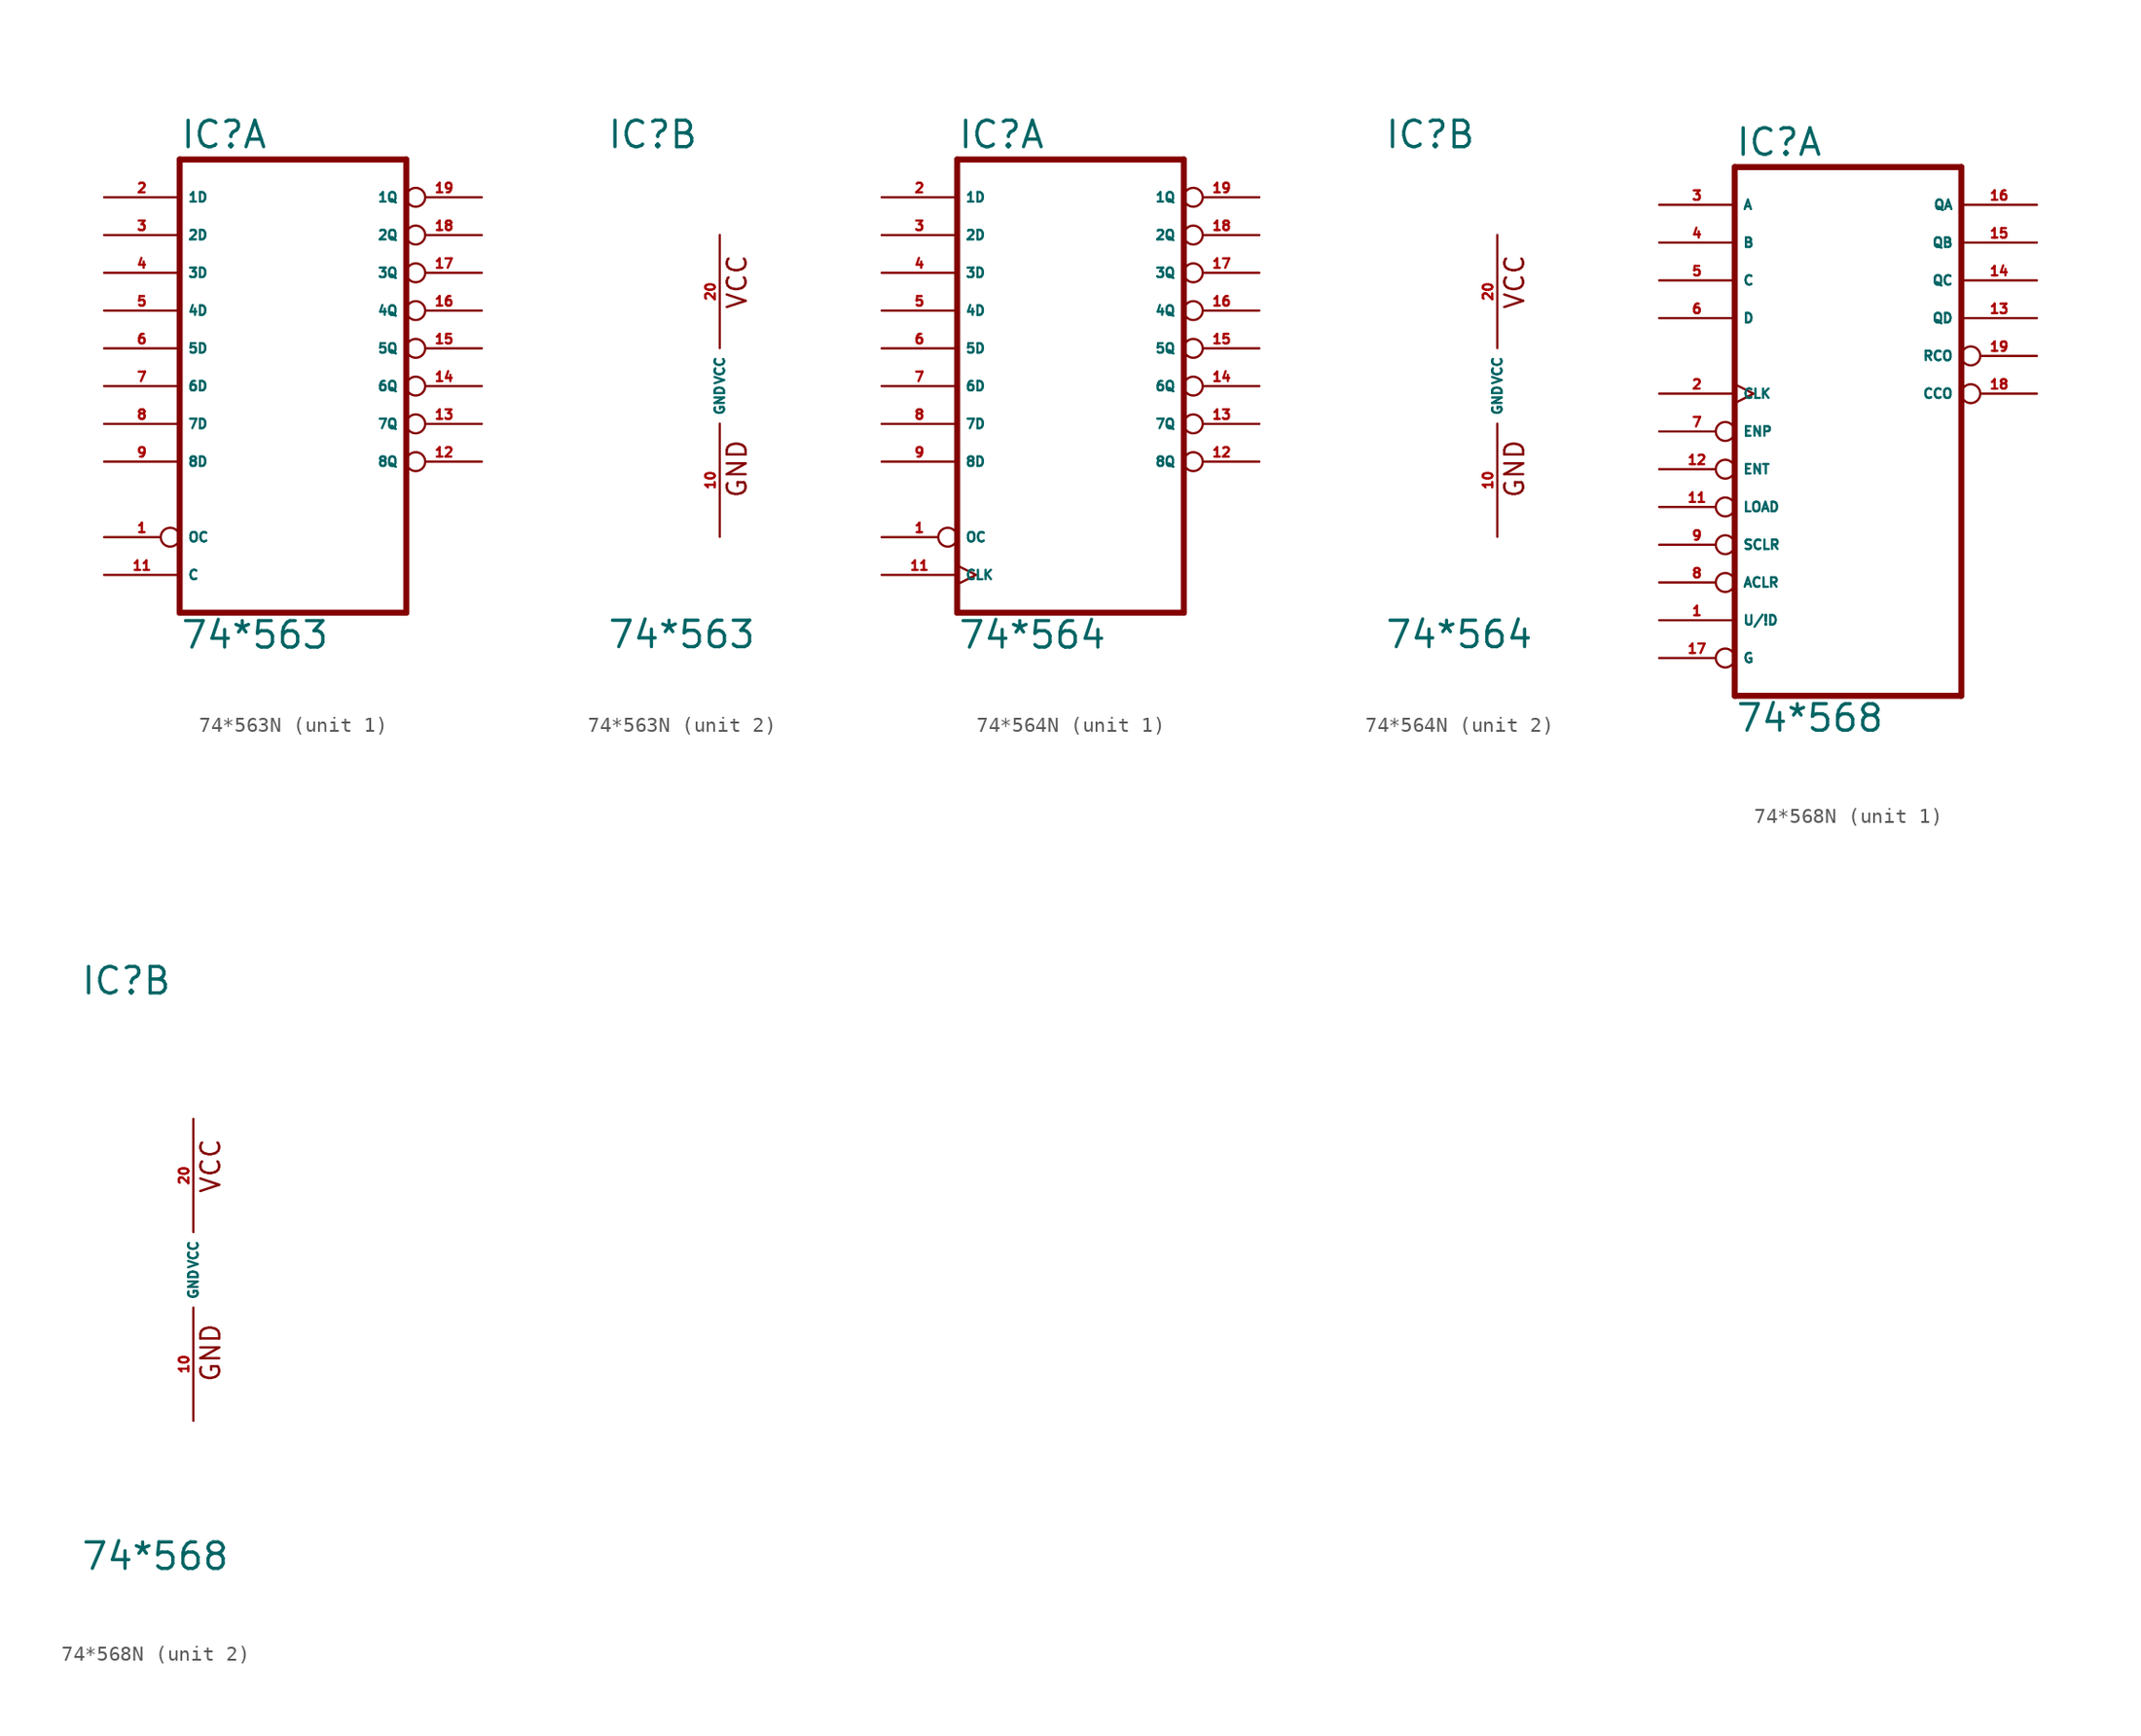
<source format=kicad_sym>
(kicad_symbol_lib
  (version 20220914)
  (generator Eagle2Kicad)
  (symbol "74*563N"
    (property "Reference" "IC"
      (at -7.62 15.875 0)
      (effects (font (size 1.778 1.778) (thickness 0.22)) (justify left bottom)))
    (property "Value" "74*563"
      (at -7.62 -17.78 0)
      (effects (font (size 1.778 1.778) (thickness 0.22)) (justify left bottom)))
    (symbol "74*563N_1_0"
      (polyline (pts (xy -7.62 -15.24) (xy 7.62 -15.24)) (stroke (width 0.406) (type default)) (fill (type none)))
      (polyline (pts (xy 7.62 -15.24) (xy 7.62 15.24)) (stroke (width 0.406) (type default)) (fill (type none)))
      (polyline (pts (xy 7.62 15.24) (xy -7.62 15.24)) (stroke (width 0.406) (type default)) (fill (type none)))
      (polyline (pts (xy -7.62 15.24) (xy -7.62 -15.24)) (stroke (width 0.406) (type default)) (fill (type none)))
      (pin input inverted (at -12.7 -10.16 0) (length 5.08) (name "OC" (effects (font (size 0.635 0.635) (thickness 0.08)) (justify left bottom))) (number "1" (effects (font (size 0.635 0.635) (thickness 0.08)) (justify left bottom))))
      (pin input line (at -12.7 12.7 0) (length 5.08) (name "1D" (effects (font (size 0.635 0.635) (thickness 0.08)) (justify left bottom))) (number "2" (effects (font (size 0.635 0.635) (thickness 0.08)) (justify left bottom))))
      (pin input line (at -12.7 10.16 0) (length 5.08) (name "2D" (effects (font (size 0.635 0.635) (thickness 0.08)) (justify left bottom))) (number "3" (effects (font (size 0.635 0.635) (thickness 0.08)) (justify left bottom))))
      (pin input line (at -12.7 7.62 0) (length 5.08) (name "3D" (effects (font (size 0.635 0.635) (thickness 0.08)) (justify left bottom))) (number "4" (effects (font (size 0.635 0.635) (thickness 0.08)) (justify left bottom))))
      (pin input line (at -12.7 5.08 0) (length 5.08) (name "4D" (effects (font (size 0.635 0.635) (thickness 0.08)) (justify left bottom))) (number "5" (effects (font (size 0.635 0.635) (thickness 0.08)) (justify left bottom))))
      (pin input line (at -12.7 2.54 0) (length 5.08) (name "5D" (effects (font (size 0.635 0.635) (thickness 0.08)) (justify left bottom))) (number "6" (effects (font (size 0.635 0.635) (thickness 0.08)) (justify left bottom))))
      (pin input line (at -12.7 0 0) (length 5.08) (name "6D" (effects (font (size 0.635 0.635) (thickness 0.08)) (justify left bottom))) (number "7" (effects (font (size 0.635 0.635) (thickness 0.08)) (justify left bottom))))
      (pin input line (at -12.7 -2.54 0) (length 5.08) (name "7D" (effects (font (size 0.635 0.635) (thickness 0.08)) (justify left bottom))) (number "8" (effects (font (size 0.635 0.635) (thickness 0.08)) (justify left bottom))))
      (pin input line (at -12.7 -5.08 0) (length 5.08) (name "8D" (effects (font (size 0.635 0.635) (thickness 0.08)) (justify left bottom))) (number "9" (effects (font (size 0.635 0.635) (thickness 0.08)) (justify left bottom))))
      (pin input line (at -12.7 -12.7 0) (length 5.08) (name "C" (effects (font (size 0.635 0.635) (thickness 0.08)) (justify left bottom))) (number "11" (effects (font (size 0.635 0.635) (thickness 0.08)) (justify left bottom))))
      (pin tri_state inverted (at 12.7 -5.08 180) (length 5.08) (name "8Q" (effects (font (size 0.635 0.635) (thickness 0.08)) (justify left bottom))) (number "12" (effects (font (size 0.635 0.635) (thickness 0.08)) (justify left bottom))))
      (pin tri_state inverted (at 12.7 -2.54 180) (length 5.08) (name "7Q" (effects (font (size 0.635 0.635) (thickness 0.08)) (justify left bottom))) (number "13" (effects (font (size 0.635 0.635) (thickness 0.08)) (justify left bottom))))
      (pin tri_state inverted (at 12.7 0 180) (length 5.08) (name "6Q" (effects (font (size 0.635 0.635) (thickness 0.08)) (justify left bottom))) (number "14" (effects (font (size 0.635 0.635) (thickness 0.08)) (justify left bottom))))
      (pin tri_state inverted (at 12.7 2.54 180) (length 5.08) (name "5Q" (effects (font (size 0.635 0.635) (thickness 0.08)) (justify left bottom))) (number "15" (effects (font (size 0.635 0.635) (thickness 0.08)) (justify left bottom))))
      (pin tri_state inverted (at 12.7 5.08 180) (length 5.08) (name "4Q" (effects (font (size 0.635 0.635) (thickness 0.08)) (justify left bottom))) (number "16" (effects (font (size 0.635 0.635) (thickness 0.08)) (justify left bottom))))
      (pin tri_state inverted (at 12.7 7.62 180) (length 5.08) (name "3Q" (effects (font (size 0.635 0.635) (thickness 0.08)) (justify left bottom))) (number "17" (effects (font (size 0.635 0.635) (thickness 0.08)) (justify left bottom))))
      (pin tri_state inverted (at 12.7 10.16 180) (length 5.08) (name "2Q" (effects (font (size 0.635 0.635) (thickness 0.08)) (justify left bottom))) (number "18" (effects (font (size 0.635 0.635) (thickness 0.08)) (justify left bottom))))
      (pin tri_state inverted (at 12.7 12.7 180) (length 5.08) (name "1Q" (effects (font (size 0.635 0.635) (thickness 0.08)) (justify left bottom))) (number "19" (effects (font (size 0.635 0.635) (thickness 0.08)) (justify left bottom)))))
    (symbol "74*563N_2_0"
      (text "GND" (at 1.905 -7.62 900) (effects (font (size 1.27 1.27) (thickness 0.16)) (justify left bottom)))
      (text "VCC" (at 1.905 5.08 900) (effects (font (size 1.27 1.27) (thickness 0.16)) (justify left bottom)))
      (pin unspecified line (at 0 -10.16 90) (length 7.62) (name "GND" (effects (font (size 0.635 0.635) (thickness 0.08)) (justify left bottom))) (number "10" (effects (font (size 0.635 0.635) (thickness 0.08)) (justify left bottom))))
      (pin unspecified line (at 0 10.16 270) (length 7.62) (name "VCC" (effects (font (size 0.635 0.635) (thickness 0.08)) (justify left bottom))) (number "20" (effects (font (size 0.635 0.635) (thickness 0.08)) (justify left bottom))))))
  (symbol "74*564N"
    (property "Reference" "IC"
      (at -7.62 15.875 0)
      (effects (font (size 1.778 1.778) (thickness 0.22)) (justify left bottom)))
    (property "Value" "74*564"
      (at -7.62 -17.78 0)
      (effects (font (size 1.778 1.778) (thickness 0.22)) (justify left bottom)))
    (symbol "74*564N_1_0"
      (polyline (pts (xy -7.62 -15.24) (xy 7.62 -15.24)) (stroke (width 0.406) (type default)) (fill (type none)))
      (polyline (pts (xy 7.62 -15.24) (xy 7.62 15.24)) (stroke (width 0.406) (type default)) (fill (type none)))
      (polyline (pts (xy 7.62 15.24) (xy -7.62 15.24)) (stroke (width 0.406) (type default)) (fill (type none)))
      (polyline (pts (xy -7.62 15.24) (xy -7.62 -15.24)) (stroke (width 0.406) (type default)) (fill (type none)))
      (pin input inverted (at -12.7 -10.16 0) (length 5.08) (name "OC" (effects (font (size 0.635 0.635) (thickness 0.08)) (justify left bottom))) (number "1" (effects (font (size 0.635 0.635) (thickness 0.08)) (justify left bottom))))
      (pin input line (at -12.7 12.7 0) (length 5.08) (name "1D" (effects (font (size 0.635 0.635) (thickness 0.08)) (justify left bottom))) (number "2" (effects (font (size 0.635 0.635) (thickness 0.08)) (justify left bottom))))
      (pin input line (at -12.7 10.16 0) (length 5.08) (name "2D" (effects (font (size 0.635 0.635) (thickness 0.08)) (justify left bottom))) (number "3" (effects (font (size 0.635 0.635) (thickness 0.08)) (justify left bottom))))
      (pin input line (at -12.7 7.62 0) (length 5.08) (name "3D" (effects (font (size 0.635 0.635) (thickness 0.08)) (justify left bottom))) (number "4" (effects (font (size 0.635 0.635) (thickness 0.08)) (justify left bottom))))
      (pin input line (at -12.7 5.08 0) (length 5.08) (name "4D" (effects (font (size 0.635 0.635) (thickness 0.08)) (justify left bottom))) (number "5" (effects (font (size 0.635 0.635) (thickness 0.08)) (justify left bottom))))
      (pin input line (at -12.7 2.54 0) (length 5.08) (name "5D" (effects (font (size 0.635 0.635) (thickness 0.08)) (justify left bottom))) (number "6" (effects (font (size 0.635 0.635) (thickness 0.08)) (justify left bottom))))
      (pin input line (at -12.7 0 0) (length 5.08) (name "6D" (effects (font (size 0.635 0.635) (thickness 0.08)) (justify left bottom))) (number "7" (effects (font (size 0.635 0.635) (thickness 0.08)) (justify left bottom))))
      (pin input line (at -12.7 -2.54 0) (length 5.08) (name "7D" (effects (font (size 0.635 0.635) (thickness 0.08)) (justify left bottom))) (number "8" (effects (font (size 0.635 0.635) (thickness 0.08)) (justify left bottom))))
      (pin input line (at -12.7 -5.08 0) (length 5.08) (name "8D" (effects (font (size 0.635 0.635) (thickness 0.08)) (justify left bottom))) (number "9" (effects (font (size 0.635 0.635) (thickness 0.08)) (justify left bottom))))
      (pin input clock (at -12.7 -12.7 0) (length 5.08) (name "CLK" (effects (font (size 0.635 0.635) (thickness 0.08)) (justify left bottom))) (number "11" (effects (font (size 0.635 0.635) (thickness 0.08)) (justify left bottom))))
      (pin tri_state inverted (at 12.7 -5.08 180) (length 5.08) (name "8Q" (effects (font (size 0.635 0.635) (thickness 0.08)) (justify left bottom))) (number "12" (effects (font (size 0.635 0.635) (thickness 0.08)) (justify left bottom))))
      (pin tri_state inverted (at 12.7 -2.54 180) (length 5.08) (name "7Q" (effects (font (size 0.635 0.635) (thickness 0.08)) (justify left bottom))) (number "13" (effects (font (size 0.635 0.635) (thickness 0.08)) (justify left bottom))))
      (pin tri_state inverted (at 12.7 0 180) (length 5.08) (name "6Q" (effects (font (size 0.635 0.635) (thickness 0.08)) (justify left bottom))) (number "14" (effects (font (size 0.635 0.635) (thickness 0.08)) (justify left bottom))))
      (pin tri_state inverted (at 12.7 2.54 180) (length 5.08) (name "5Q" (effects (font (size 0.635 0.635) (thickness 0.08)) (justify left bottom))) (number "15" (effects (font (size 0.635 0.635) (thickness 0.08)) (justify left bottom))))
      (pin tri_state inverted (at 12.7 5.08 180) (length 5.08) (name "4Q" (effects (font (size 0.635 0.635) (thickness 0.08)) (justify left bottom))) (number "16" (effects (font (size 0.635 0.635) (thickness 0.08)) (justify left bottom))))
      (pin tri_state inverted (at 12.7 7.62 180) (length 5.08) (name "3Q" (effects (font (size 0.635 0.635) (thickness 0.08)) (justify left bottom))) (number "17" (effects (font (size 0.635 0.635) (thickness 0.08)) (justify left bottom))))
      (pin tri_state inverted (at 12.7 10.16 180) (length 5.08) (name "2Q" (effects (font (size 0.635 0.635) (thickness 0.08)) (justify left bottom))) (number "18" (effects (font (size 0.635 0.635) (thickness 0.08)) (justify left bottom))))
      (pin tri_state inverted (at 12.7 12.7 180) (length 5.08) (name "1Q" (effects (font (size 0.635 0.635) (thickness 0.08)) (justify left bottom))) (number "19" (effects (font (size 0.635 0.635) (thickness 0.08)) (justify left bottom)))))
    (symbol "74*564N_2_0"
      (text "GND" (at 1.905 -7.62 900) (effects (font (size 1.27 1.27) (thickness 0.16)) (justify left bottom)))
      (text "VCC" (at 1.905 5.08 900) (effects (font (size 1.27 1.27) (thickness 0.16)) (justify left bottom)))
      (pin unspecified line (at 0 -10.16 90) (length 7.62) (name "GND" (effects (font (size 0.635 0.635) (thickness 0.08)) (justify left bottom))) (number "10" (effects (font (size 0.635 0.635) (thickness 0.08)) (justify left bottom))))
      (pin unspecified line (at 0 10.16 270) (length 7.62) (name "VCC" (effects (font (size 0.635 0.635) (thickness 0.08)) (justify left bottom))) (number "20" (effects (font (size 0.635 0.635) (thickness 0.08)) (justify left bottom))))))
  (symbol "74*568N"
    (property "Reference" "IC"
      (at -7.62 18.415 0)
      (effects (font (size 1.778 1.778) (thickness 0.22)) (justify left bottom)))
    (property "Value" "74*568"
      (at -7.62 -20.32 0)
      (effects (font (size 1.778 1.778) (thickness 0.22)) (justify left bottom)))
    (symbol "74*568N_1_0"
      (polyline (pts (xy -7.62 -17.78) (xy 7.62 -17.78)) (stroke (width 0.406) (type default)) (fill (type none)))
      (polyline (pts (xy 7.62 -17.78) (xy 7.62 17.78)) (stroke (width 0.406) (type default)) (fill (type none)))
      (polyline (pts (xy 7.62 17.78) (xy -7.62 17.78)) (stroke (width 0.406) (type default)) (fill (type none)))
      (polyline (pts (xy -7.62 17.78) (xy -7.62 -17.78)) (stroke (width 0.406) (type default)) (fill (type none)))
      (pin input line (at -12.7 -12.7 0) (length 5.08) (name "U/!D" (effects (font (size 0.635 0.635) (thickness 0.08)) (justify left bottom))) (number "1" (effects (font (size 0.635 0.635) (thickness 0.08)) (justify left bottom))))
      (pin input clock (at -12.7 2.54 0) (length 5.08) (name "CLK" (effects (font (size 0.635 0.635) (thickness 0.08)) (justify left bottom))) (number "2" (effects (font (size 0.635 0.635) (thickness 0.08)) (justify left bottom))))
      (pin input line (at -12.7 15.24 0) (length 5.08) (name "A" (effects (font (size 0.635 0.635) (thickness 0.08)) (justify left bottom))) (number "3" (effects (font (size 0.635 0.635) (thickness 0.08)) (justify left bottom))))
      (pin input line (at -12.7 12.7 0) (length 5.08) (name "B" (effects (font (size 0.635 0.635) (thickness 0.08)) (justify left bottom))) (number "4" (effects (font (size 0.635 0.635) (thickness 0.08)) (justify left bottom))))
      (pin input line (at -12.7 10.16 0) (length 5.08) (name "C" (effects (font (size 0.635 0.635) (thickness 0.08)) (justify left bottom))) (number "5" (effects (font (size 0.635 0.635) (thickness 0.08)) (justify left bottom))))
      (pin input line (at -12.7 7.62 0) (length 5.08) (name "D" (effects (font (size 0.635 0.635) (thickness 0.08)) (justify left bottom))) (number "6" (effects (font (size 0.635 0.635) (thickness 0.08)) (justify left bottom))))
      (pin input inverted (at -12.7 0 0) (length 5.08) (name "ENP" (effects (font (size 0.635 0.635) (thickness 0.08)) (justify left bottom))) (number "7" (effects (font (size 0.635 0.635) (thickness 0.08)) (justify left bottom))))
      (pin input inverted (at -12.7 -10.16 0) (length 5.08) (name "ACLR" (effects (font (size 0.635 0.635) (thickness 0.08)) (justify left bottom))) (number "8" (effects (font (size 0.635 0.635) (thickness 0.08)) (justify left bottom))))
      (pin input inverted (at -12.7 -7.62 0) (length 5.08) (name "SCLR" (effects (font (size 0.635 0.635) (thickness 0.08)) (justify left bottom))) (number "9" (effects (font (size 0.635 0.635) (thickness 0.08)) (justify left bottom))))
      (pin input inverted (at -12.7 -5.08 0) (length 5.08) (name "LOAD" (effects (font (size 0.635 0.635) (thickness 0.08)) (justify left bottom))) (number "11" (effects (font (size 0.635 0.635) (thickness 0.08)) (justify left bottom))))
      (pin input inverted (at -12.7 -2.54 0) (length 5.08) (name "ENT" (effects (font (size 0.635 0.635) (thickness 0.08)) (justify left bottom))) (number "12" (effects (font (size 0.635 0.635) (thickness 0.08)) (justify left bottom))))
      (pin tri_state line (at 12.7 7.62 180) (length 5.08) (name "QD" (effects (font (size 0.635 0.635) (thickness 0.08)) (justify left bottom))) (number "13" (effects (font (size 0.635 0.635) (thickness 0.08)) (justify left bottom))))
      (pin tri_state line (at 12.7 10.16 180) (length 5.08) (name "QC" (effects (font (size 0.635 0.635) (thickness 0.08)) (justify left bottom))) (number "14" (effects (font (size 0.635 0.635) (thickness 0.08)) (justify left bottom))))
      (pin tri_state line (at 12.7 12.7 180) (length 5.08) (name "QB" (effects (font (size 0.635 0.635) (thickness 0.08)) (justify left bottom))) (number "15" (effects (font (size 0.635 0.635) (thickness 0.08)) (justify left bottom))))
      (pin tri_state line (at 12.7 15.24 180) (length 5.08) (name "QA" (effects (font (size 0.635 0.635) (thickness 0.08)) (justify left bottom))) (number "16" (effects (font (size 0.635 0.635) (thickness 0.08)) (justify left bottom))))
      (pin input inverted (at -12.7 -15.24 0) (length 5.08) (name "G" (effects (font (size 0.635 0.635) (thickness 0.08)) (justify left bottom))) (number "17" (effects (font (size 0.635 0.635) (thickness 0.08)) (justify left bottom))))
      (pin tri_state inverted (at 12.7 2.54 180) (length 5.08) (name "CCO" (effects (font (size 0.635 0.635) (thickness 0.08)) (justify left bottom))) (number "18" (effects (font (size 0.635 0.635) (thickness 0.08)) (justify left bottom))))
      (pin tri_state inverted (at 12.7 5.08 180) (length 5.08) (name "RCO" (effects (font (size 0.635 0.635) (thickness 0.08)) (justify left bottom))) (number "19" (effects (font (size 0.635 0.635) (thickness 0.08)) (justify left bottom)))))
    (symbol "74*568N_2_0"
      (text "GND" (at 1.905 -7.62 900) (effects (font (size 1.27 1.27) (thickness 0.16)) (justify left bottom)))
      (text "VCC" (at 1.905 5.08 900) (effects (font (size 1.27 1.27) (thickness 0.16)) (justify left bottom)))
      (pin unspecified line (at 0 -10.16 90) (length 7.62) (name "GND" (effects (font (size 0.635 0.635) (thickness 0.08)) (justify left bottom))) (number "10" (effects (font (size 0.635 0.635) (thickness 0.08)) (justify left bottom))))
      (pin unspecified line (at 0 10.16 270) (length 7.62) (name "VCC" (effects (font (size 0.635 0.635) (thickness 0.08)) (justify left bottom))) (number "20" (effects (font (size 0.635 0.635) (thickness 0.08)) (justify left bottom)))))))
</source>
